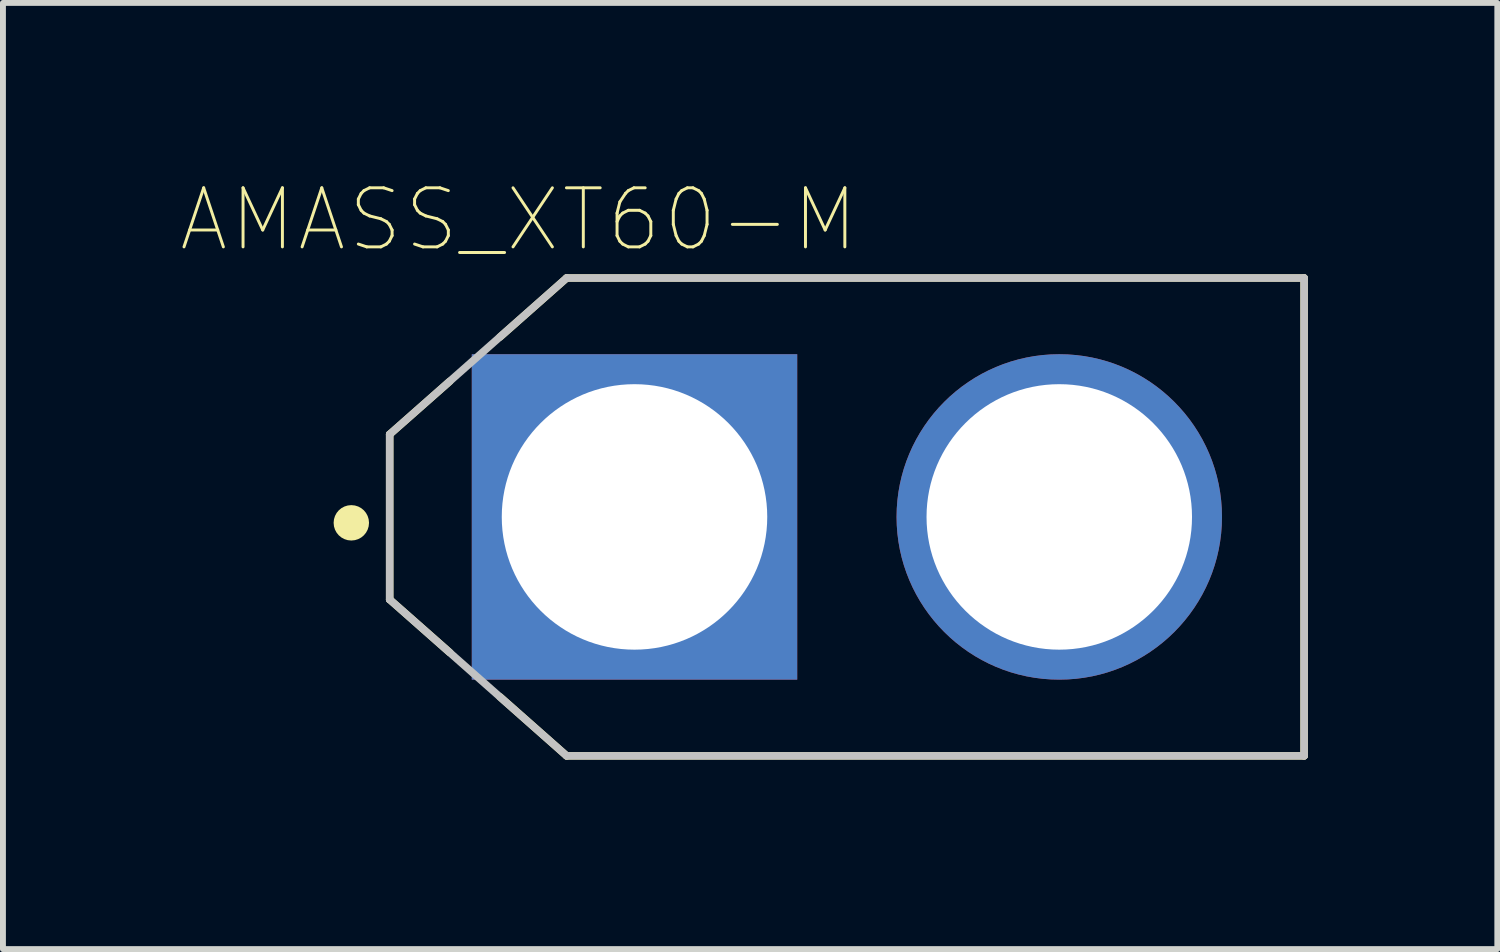
<source format=kicad_pcb>
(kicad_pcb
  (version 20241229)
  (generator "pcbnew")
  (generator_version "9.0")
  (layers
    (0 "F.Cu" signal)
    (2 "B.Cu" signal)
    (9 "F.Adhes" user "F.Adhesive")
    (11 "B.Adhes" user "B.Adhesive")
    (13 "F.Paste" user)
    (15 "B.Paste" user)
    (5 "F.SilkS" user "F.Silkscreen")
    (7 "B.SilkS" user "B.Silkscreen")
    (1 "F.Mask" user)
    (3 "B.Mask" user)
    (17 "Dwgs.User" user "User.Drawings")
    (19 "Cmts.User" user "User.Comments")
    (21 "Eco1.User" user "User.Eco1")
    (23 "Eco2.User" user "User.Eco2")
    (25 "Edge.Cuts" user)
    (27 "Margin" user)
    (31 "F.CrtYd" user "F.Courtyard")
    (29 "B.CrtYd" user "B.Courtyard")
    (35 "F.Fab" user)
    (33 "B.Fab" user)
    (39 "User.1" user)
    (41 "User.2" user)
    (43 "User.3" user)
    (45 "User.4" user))
  (footprint "AMASS_XT60-M"
    (layer "F.Cu")
    (at 11.305 5.712)
    (property "Reference" "AMASS_XT60-M" (at -5.564 -5.038 0) (layer "F.SilkS") (effects (font (size 1.001 1.001) (thickness 0.05))))
    (attr through_hole exclude_from_pos_files)
    (fp_line (start -7.75 -1.4) (end -6.73 -2.3) (stroke (width 0.127) (type solid)) (layer "F.SilkS"))
    (fp_line (start -7.75 1.4) (end -7.75 -1.4) (stroke (width 0.127) (type solid)) (layer "F.SilkS"))
    (fp_line (start -7.75 1.4) (end -6.73 2.3) (stroke (width 0.127) (type solid)) (layer "F.SilkS"))
    (fp_line (start -4.75 -4.05) (end -5.88 -3.05) (stroke (width 0.127) (type solid)) (layer "F.SilkS"))
    (fp_line (start -4.75 -4.05) (end 7.75 -4.05) (stroke (width 0.127) (type solid)) (layer "F.SilkS"))
    (fp_line (start -4.75 4.05) (end -5.88 3.05) (stroke (width 0.127) (type solid)) (layer "F.SilkS"))
    (fp_line (start 7.75 -4.05) (end 7.75 4.05) (stroke (width 0.127) (type solid)) (layer "F.SilkS"))
    (fp_line (start 7.75 4.05) (end -4.75 4.05) (stroke (width 0.127) (type solid)) (layer "F.SilkS"))
    (fp_circle (center -8.4 0.1) (end -8.25 0.1) (stroke (width 0.3) (type solid)) (fill no) (layer "F.SilkS"))
    (fp_line (start -7.75 1.4) (end -7.75 -1.4) (stroke (width 0.127) (type solid)) (layer "Dwgs.User"))
    (fp_line (start -4.75 -4.05) (end -7.75 -1.4) (stroke (width 0.127) (type solid)) (layer "Dwgs.User"))
    (fp_line (start -4.75 -4.05) (end 7.75 -4.05) (stroke (width 0.127) (type solid)) (layer "Dwgs.User"))
    (fp_line (start -4.75 4.05) (end -7.75 1.4) (stroke (width 0.127) (type solid)) (layer "Dwgs.User"))
    (fp_line (start 7.75 -4.05) (end 7.75 4.05) (stroke (width 0.127) (type solid)) (layer "Dwgs.User"))
    (fp_line (start 7.75 4.05) (end -4.75 4.05) (stroke (width 0.127) (type solid)) (layer "Dwgs.User"))
    (fp_line (start -8 -4.3) (end 8 -4.3) (stroke (width 0.05) (type solid)) (layer "Eco1.User"))
    (fp_line (start -8 4.3) (end -8 -4.3) (stroke (width 0.05) (type solid)) (layer "Eco1.User"))
    (fp_line (start 8 -4.3) (end 8 4.3) (stroke (width 0.05) (type solid)) (layer "Eco1.User"))
    (fp_line (start 8 4.3) (end -8 4.3) (stroke (width 0.05) (type solid)) (layer "Eco1.User"))
    (pad "1" thru_hole rect (at -3.6 0) (size 5.516 5.516) (drill 4.5) (layers "*.Cu" "*.Mask"))
    (pad "2" thru_hole circle (at 3.6 0) (size 5.516 5.516) (drill 4.5) (layers "*.Cu" "*.Mask")))
  (gr_rect
    (start -3 -3)
    (end 22.33 13.037)
    (stroke (width 0.1) (type default))
    (fill no)
    (layer "Edge.Cuts")))
</source>
